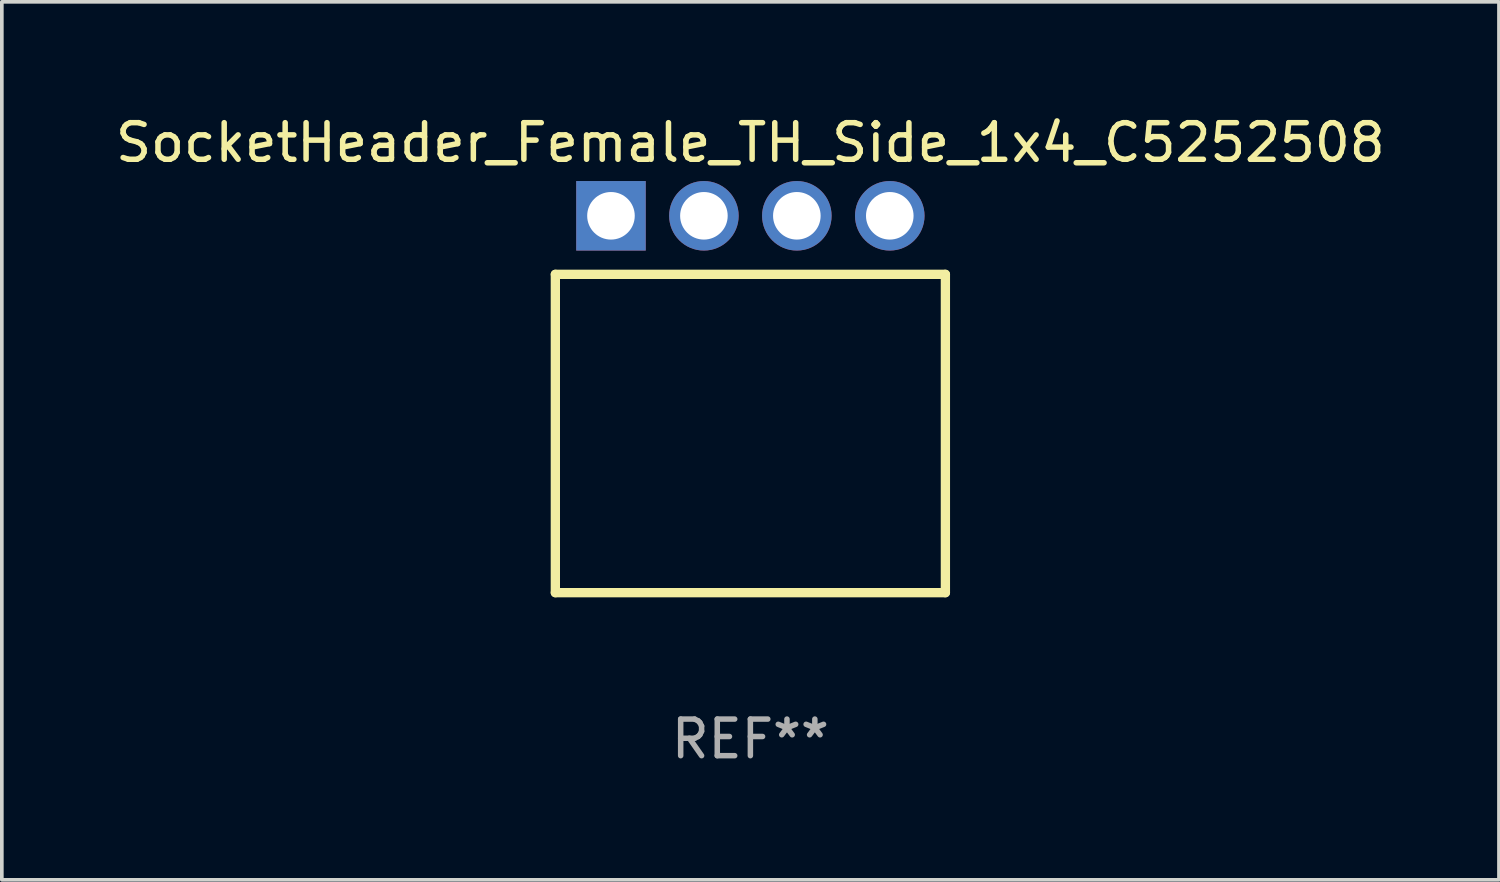
<source format=kicad_pcb>
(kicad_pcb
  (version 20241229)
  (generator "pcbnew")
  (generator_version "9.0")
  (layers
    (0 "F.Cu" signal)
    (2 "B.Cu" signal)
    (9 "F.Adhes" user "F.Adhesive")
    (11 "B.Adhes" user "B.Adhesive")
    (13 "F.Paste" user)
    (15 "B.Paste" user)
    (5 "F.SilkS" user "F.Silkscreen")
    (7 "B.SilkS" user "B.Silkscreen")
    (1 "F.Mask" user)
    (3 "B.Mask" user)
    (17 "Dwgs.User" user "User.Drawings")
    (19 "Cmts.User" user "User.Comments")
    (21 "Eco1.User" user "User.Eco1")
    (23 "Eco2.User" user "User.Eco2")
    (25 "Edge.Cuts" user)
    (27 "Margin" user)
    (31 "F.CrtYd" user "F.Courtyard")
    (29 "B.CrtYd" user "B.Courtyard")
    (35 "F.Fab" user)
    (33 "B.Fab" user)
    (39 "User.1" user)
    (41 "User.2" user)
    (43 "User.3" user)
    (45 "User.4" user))
  (footprint "SocketHeader_Female_TH_Side_1x4_C5252508"
    (layer "F.Cu")
    (at 17.458 2.848)
    (property "Reference" "SocketHeader_Female_TH_Side_1x4_C5252508" (at 0.000013 -2 0) (layer "F.SilkS") (effects (font (size 1 1) (thickness 0.15))))
    (attr through_hole)
    (fp_line (start -5.33 1.6) (end 5.33 1.6) (stroke (width 0.254) (type solid)) (layer "F.SilkS"))
    (fp_line (start -5.33 10.3) (end -5.33 1.6) (stroke (width 0.254) (type solid)) (layer "F.SilkS"))
    (fp_line (start 5.33 1.6) (end 5.33 10.3) (stroke (width 0.254) (type solid)) (layer "F.SilkS"))
    (fp_line (start 5.33 10.3) (end -5.33 10.3) (stroke (width 0.254) (type solid)) (layer "F.SilkS"))
    (fp_circle (center -5.33 10.25) (end -5.3 10.25) (stroke (width 0.06) (type solid)) (fill no) (layer "F.SilkS"))
    (fp_text user "REF**" (at 0.000013 14.3 0) (layer "F.Fab") (effects (font (size 1 1) (thickness 0.15))))
    (pad "1" thru_hole rect (at -3.81 0) (size 1.9 1.9) (drill 1.3) (layers "*.Cu" "*.Mask"))
    (pad "2" thru_hole circle (at -1.27 0) (size 1.9 1.9) (drill 1.3) (layers "*.Cu" "*.Mask"))
    (pad "3" thru_hole circle (at 1.27 0) (size 1.9 1.9) (drill 1.3) (layers "*.Cu" "*.Mask"))
    (pad "4" thru_hole circle (at 3.81 0) (size 1.9 1.9) (drill 1.3) (layers "*.Cu" "*.Mask")))
  (gr_rect
    (start -3 -3)
    (end 37.917 20.996)
    (stroke (width 0.1) (type default))
    (fill no)
    (layer "Edge.Cuts")))
</source>
